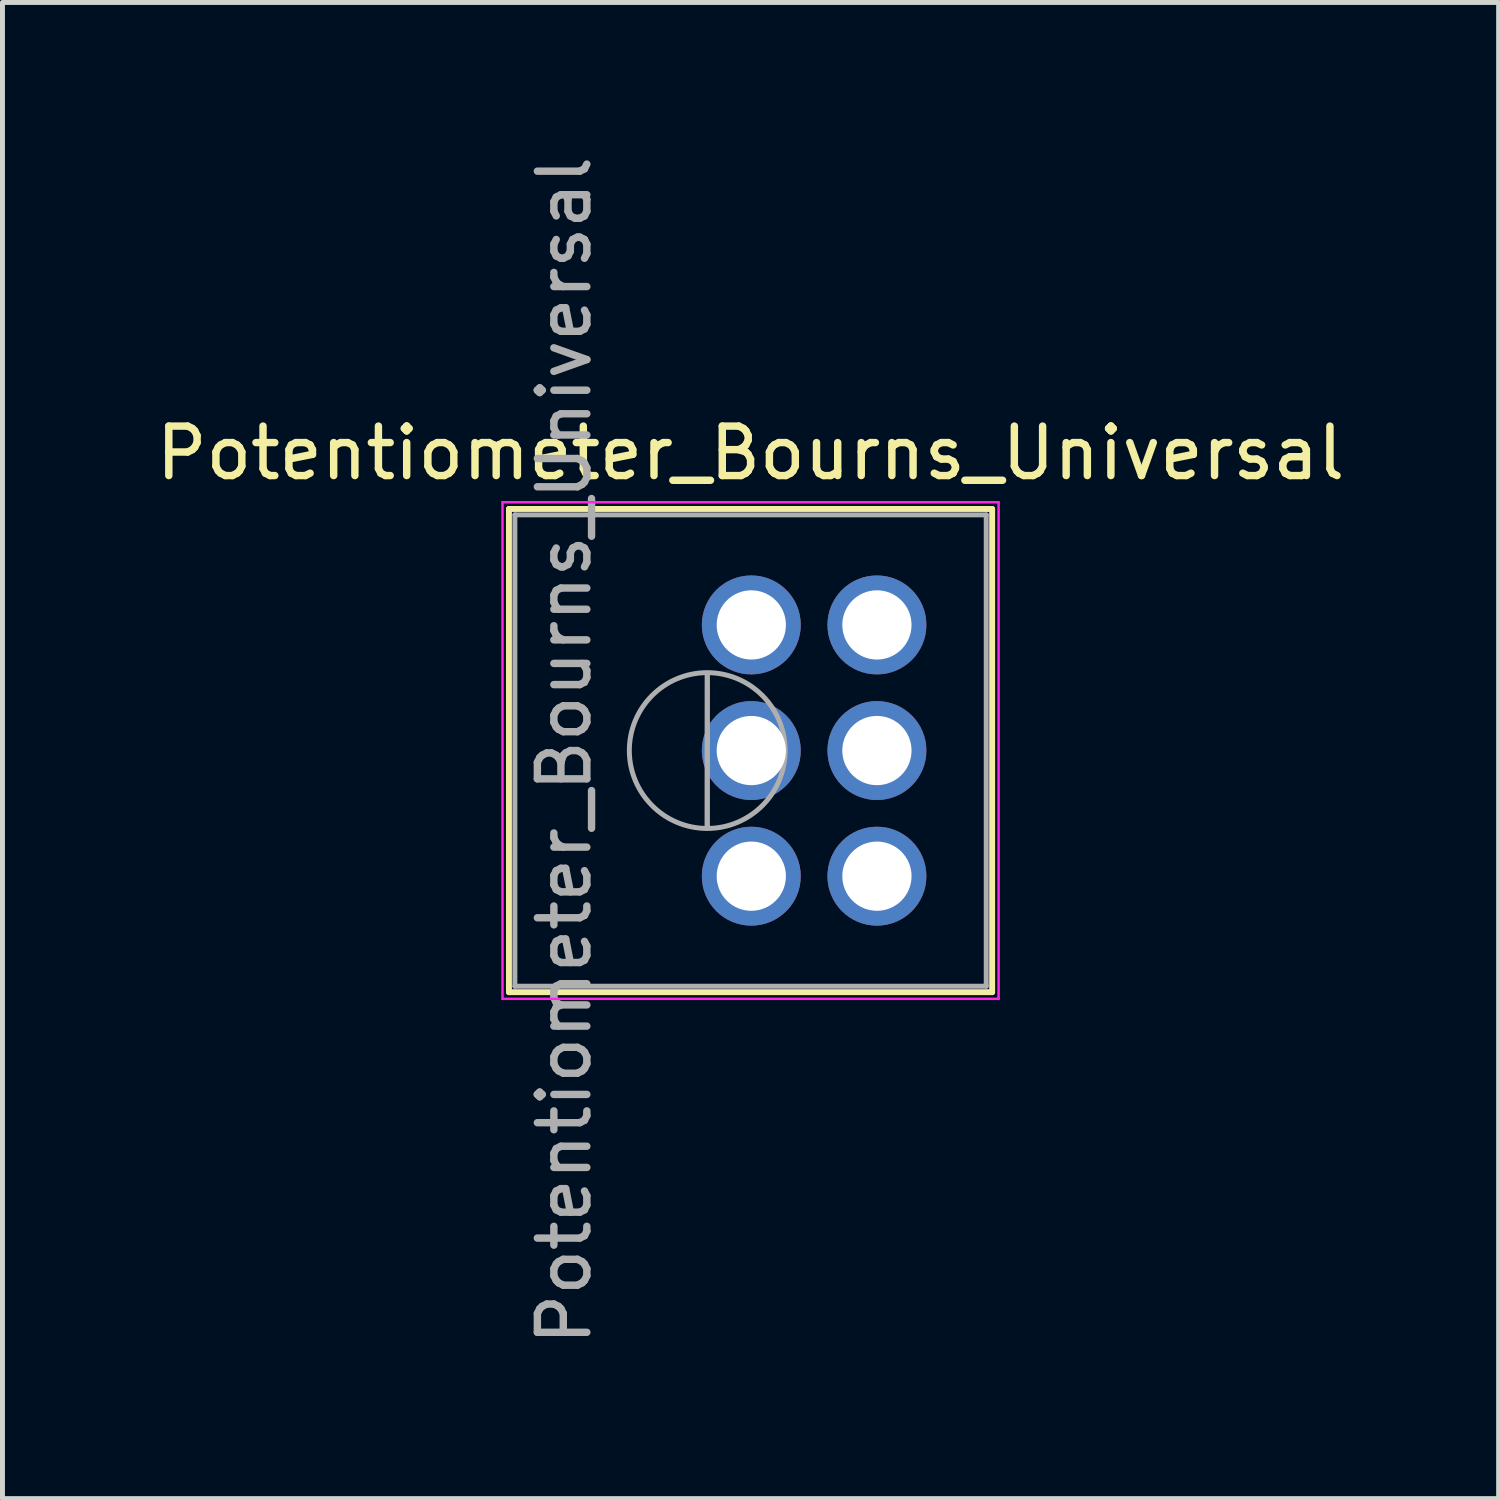
<source format=kicad_pcb>
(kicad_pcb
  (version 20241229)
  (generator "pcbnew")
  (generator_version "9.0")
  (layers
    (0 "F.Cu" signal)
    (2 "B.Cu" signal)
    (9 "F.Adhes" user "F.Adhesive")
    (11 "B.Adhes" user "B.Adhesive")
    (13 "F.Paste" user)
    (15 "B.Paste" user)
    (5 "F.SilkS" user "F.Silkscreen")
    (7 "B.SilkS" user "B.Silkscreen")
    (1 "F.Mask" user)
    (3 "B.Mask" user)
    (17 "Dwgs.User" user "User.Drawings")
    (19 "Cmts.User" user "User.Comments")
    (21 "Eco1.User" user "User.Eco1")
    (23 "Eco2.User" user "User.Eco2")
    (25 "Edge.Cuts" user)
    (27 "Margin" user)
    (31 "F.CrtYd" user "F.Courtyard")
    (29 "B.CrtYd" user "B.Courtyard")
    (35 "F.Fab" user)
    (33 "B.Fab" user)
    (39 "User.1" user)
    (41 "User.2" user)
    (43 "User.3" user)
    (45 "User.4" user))
  (footprint "Potentiometer_Bourns_Universal"
    (layer "F.Cu")
    (at 12.14 14.665)
    (property "Reference" "Potentiometer_Bourns_Universal" (at -0.015 -8.555 0) (layer "F.SilkS") (effects (font (size 1 1) (thickness 0.15))))
    (attr through_hole)
    (fp_line (start -4.9 -7.425) (end -4.9 2.345) (stroke (width 0.12) (type solid)) (layer "F.SilkS"))
    (fp_line (start -4.9 -7.425) (end 4.87 -7.425) (stroke (width 0.12) (type solid)) (layer "F.SilkS"))
    (fp_line (start -4.9 2.345) (end 4.87 2.345) (stroke (width 0.12) (type solid)) (layer "F.SilkS"))
    (fp_line (start 4.87 -7.425) (end 4.87 2.345) (stroke (width 0.12) (type solid)) (layer "F.SilkS"))
    (fp_line (start -5.03 -7.56) (end -5.03 2.48) (stroke (width 0.05) (type solid)) (layer "F.CrtYd"))
    (fp_line (start -5.03 2.48) (end 5 2.48) (stroke (width 0.05) (type solid)) (layer "F.CrtYd"))
    (fp_line (start 5 -7.56) (end -5.03 -7.56) (stroke (width 0.05) (type solid)) (layer "F.CrtYd"))
    (fp_line (start 5 2.48) (end 5 -7.56) (stroke (width 0.05) (type solid)) (layer "F.CrtYd"))
    (fp_line (start -4.78 -7.305) (end -4.78 2.225) (stroke (width 0.1) (type solid)) (layer "F.Fab"))
    (fp_line (start -4.78 2.225) (end 4.75 2.225) (stroke (width 0.1) (type solid)) (layer "F.Fab"))
    (fp_line (start -0.891 -0.98) (end -0.89 -4.099) (stroke (width 0.1) (type solid)) (layer "F.Fab"))
    (fp_line (start -0.891 -0.98) (end -0.89 -4.099) (stroke (width 0.1) (type solid)) (layer "F.Fab"))
    (fp_line (start 4.75 -7.305) (end -4.78 -7.305) (stroke (width 0.1) (type solid)) (layer "F.Fab"))
    (fp_line (start 4.75 2.225) (end 4.75 -7.305) (stroke (width 0.1) (type solid)) (layer "F.Fab"))
    (fp_circle (center -0.891 -2.54) (end 0.684 -2.54) (stroke (width 0.1) (type solid)) (fill no) (layer "F.Fab"))
    (fp_text user "${REFERENCE}" (at -3.78 -2.54 90) (layer "F.Fab") (effects (font (size 1 1) (thickness 0.15))))
    (pad "1" thru_hole circle (at 0 0) (size 2 2) (drill 1.4) (layers "*.Cu" "*.Mask"))
    (pad "1" thru_hole circle (at 2.54 0) (size 2 2) (drill 1.4) (layers "*.Cu" "*.Mask"))
    (pad "2" thru_hole circle (at 0 -2.54) (size 2 2) (drill 1.4) (layers "*.Cu" "*.Mask"))
    (pad "2" thru_hole circle (at 2.54 -2.54) (size 2 2) (drill 1.4) (layers "*.Cu" "*.Mask"))
    (pad "3" thru_hole circle (at 0 -5.08) (size 2 2) (drill 1.4) (layers "*.Cu" "*.Mask"))
    (pad "3" thru_hole circle (at 2.54 -5.08) (size 2 2) (drill 1.4) (layers "*.Cu" "*.Mask")))
  (gr_rect
    (start -3 -3)
    (end 27.25 27.25)
    (stroke (width 0.1) (type default))
    (fill no)
    (layer "Edge.Cuts")))
</source>
